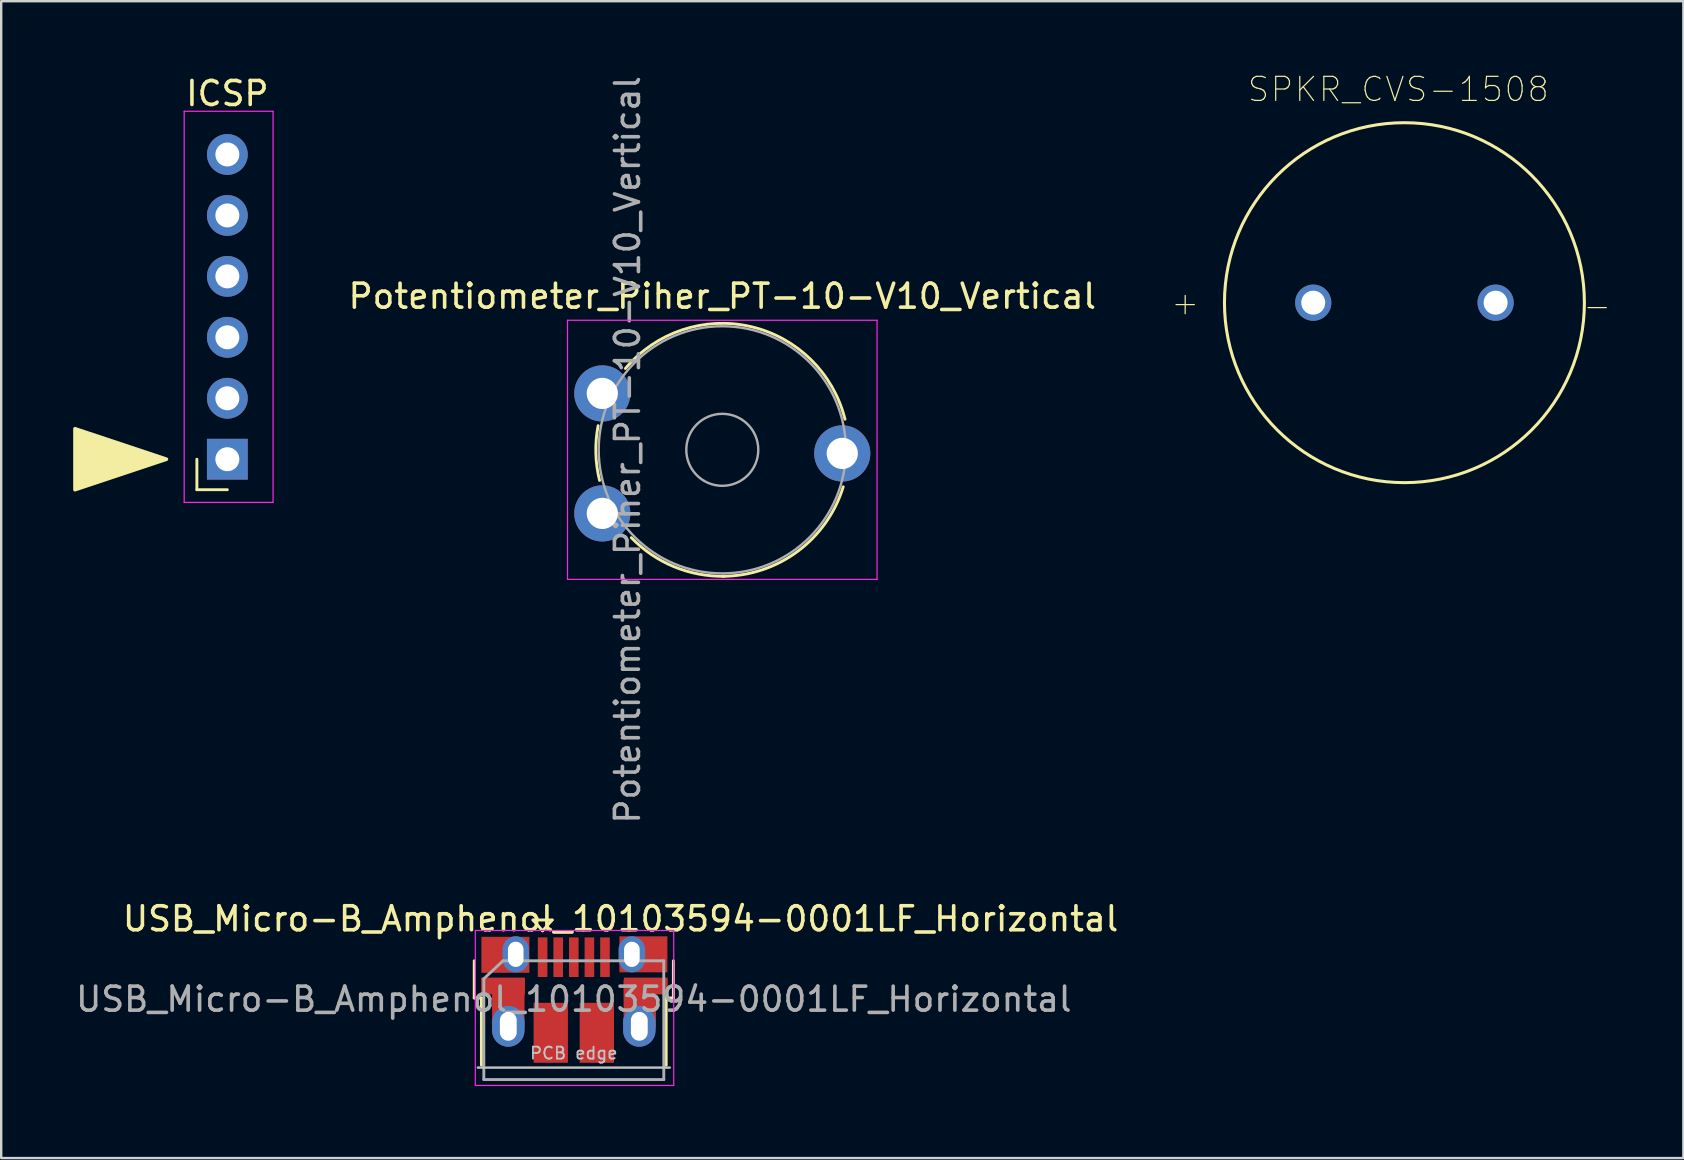
<source format=kicad_pcb>
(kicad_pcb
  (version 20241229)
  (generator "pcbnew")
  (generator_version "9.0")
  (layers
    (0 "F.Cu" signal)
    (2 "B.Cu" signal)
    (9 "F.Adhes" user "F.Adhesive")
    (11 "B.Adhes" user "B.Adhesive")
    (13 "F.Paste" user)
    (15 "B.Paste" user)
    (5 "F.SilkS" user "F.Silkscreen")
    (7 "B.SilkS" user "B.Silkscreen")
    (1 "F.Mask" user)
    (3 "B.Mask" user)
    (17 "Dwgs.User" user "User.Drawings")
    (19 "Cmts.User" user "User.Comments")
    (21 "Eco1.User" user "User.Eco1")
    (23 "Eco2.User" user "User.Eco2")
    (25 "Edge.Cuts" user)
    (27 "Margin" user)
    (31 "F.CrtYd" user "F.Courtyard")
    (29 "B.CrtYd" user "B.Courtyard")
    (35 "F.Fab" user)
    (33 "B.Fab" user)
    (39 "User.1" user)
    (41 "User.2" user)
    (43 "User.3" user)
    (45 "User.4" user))
  (footprint "Potentiometer_Piher_PT-10-V10_Vertical"
    (layer "F.Cu")
    (at 22.051 18.346)
    (property "Reference" "Potentiometer_Piher_PT-10-V10_Vertical" (at 5 -9.05 0) (layer "F.SilkS") (effects (font (size 1 1) (thickness 0.15))))
    (attr through_hole)
    (fp_arc (start -0.11439 -1.375119) (mid -0.269093 -2.512295) (end -0.174 -3.656) (stroke (width 0.12) (type solid)) (layer "F.SilkS"))
    (fp_arc (start 0.963379 -6.038474) (mid 6.186565 -7.784991) (end 10.114 -3.924) (stroke (width 0.12) (type solid)) (layer "F.SilkS"))
    (fp_arc (start 5.09203 2.619358) (mid 2.983245 2.219015) (end 1.209 1.011) (stroke (width 0.12) (type solid)) (layer "F.SilkS"))
    (fp_arc (start 10.039726 -1.109201) (mid 8.134716 1.586326) (end 5 2.62) (stroke (width 0.12) (type solid)) (layer "F.SilkS"))
    (fp_line (start -1.45 -8.05) (end -1.45 2.75) (stroke (width 0.05) (type solid)) (layer "F.CrtYd"))
    (fp_line (start -1.45 2.75) (end 11.45 2.75) (stroke (width 0.05) (type solid)) (layer "F.CrtYd"))
    (fp_line (start 11.45 -8.05) (end -1.45 -8.05) (stroke (width 0.05) (type solid)) (layer "F.CrtYd"))
    (fp_line (start 11.45 2.75) (end 11.45 -8.05) (stroke (width 0.05) (type solid)) (layer "F.CrtYd"))
    (fp_circle (center 5 -2.65) (end 6.5 -2.65) (stroke (width 0.1) (type solid)) (fill no) (layer "F.Fab"))
    (fp_circle (center 5 -2.65) (end 10.15 -2.65) (stroke (width 0.1) (type solid)) (fill no) (layer "F.Fab"))
    (fp_text user "${REFERENCE}" (at 1.05 -2.65 90) (layer "F.Fab") (effects (font (size 1 1) (thickness 0.15))))
    (pad "1" thru_hole circle (at 0 0) (size 2.34 2.34) (drill 1.3) (layers "*.Cu" "*.Mask"))
    (pad "2" thru_hole circle (at 10 -2.5) (size 2.34 2.34) (drill 1.3) (layers "*.Cu" "*.Mask"))
    (pad "3" thru_hole circle (at 0 -5) (size 2.34 2.34) (drill 1.3) (layers "*.Cu" "*.Mask")))
  (footprint "USB_Micro-B_Amphenol_10103594-0001LF_Horizontal"
    (layer "F.Cu")
    (at 20.888 38.606)
    (property "Reference" "USB_Micro-B_Amphenol_10103594-0001LF_Horizontal" (at 1.925 -3.365 0) (layer "F.SilkS") (effects (font (size 1 1) (thickness 0.15))))
    (attr smd)
    (fp_line (start -4.175 -0.065) (end -4.175 -1.615) (stroke (width 0.12) (type solid)) (layer "F.SilkS"))
    (fp_line (start -4.175 -0.065) (end -3.875 -0.065) (stroke (width 0.12) (type solid)) (layer "F.SilkS"))
    (fp_line (start -3.875 2.735) (end -3.875 -0.065) (stroke (width 0.12) (type solid)) (layer "F.SilkS"))
    (fp_line (start -1.725 -3.315) (end -0.925 -3.315) (stroke (width 0.12) (type solid)) (layer "F.SilkS"))
    (fp_line (start -1.325 -2.865) (end -1.725 -3.315) (stroke (width 0.12) (type solid)) (layer "F.SilkS"))
    (fp_line (start -0.925 -3.315) (end -1.325 -2.865) (stroke (width 0.12) (type solid)) (layer "F.SilkS"))
    (fp_line (start 3.825 -0.065) (end 4.125 -0.065) (stroke (width 0.12) (type solid)) (layer "F.SilkS"))
    (fp_line (start 3.825 2.735) (end 3.825 -0.065) (stroke (width 0.12) (type solid)) (layer "F.SilkS"))
    (fp_line (start 4.125 -0.065) (end 4.125 -1.615) (stroke (width 0.12) (type solid)) (layer "F.SilkS"))
    (fp_line (start -4.025 2.835) (end 3.975 2.835) (stroke (width 0.1) (type solid)) (layer "Dwgs.User"))
    (fp_line (start -4.13 -2.88) (end -4.13 3.58) (stroke (width 0.05) (type solid)) (layer "F.CrtYd"))
    (fp_line (start -4.13 -2.88) (end 4.14 -2.88) (stroke (width 0.05) (type solid)) (layer "F.CrtYd"))
    (fp_line (start 4.14 3.58) (end -4.13 3.58) (stroke (width 0.05) (type solid)) (layer "F.CrtYd"))
    (fp_line (start 4.14 3.58) (end 4.14 -2.88) (stroke (width 0.05) (type solid)) (layer "F.CrtYd"))
    (fp_line (start -3.775 -0.865) (end -2.975 -1.615) (stroke (width 0.12) (type solid)) (layer "F.Fab"))
    (fp_line (start -3.775 3.335) (end -3.775 -0.865) (stroke (width 0.12) (type solid)) (layer "F.Fab"))
    (fp_line (start -2.975 -1.615) (end 3.725 -1.615) (stroke (width 0.12) (type solid)) (layer "F.Fab"))
    (fp_line (start 3.725 -1.615) (end 3.725 3.335) (stroke (width 0.12) (type solid)) (layer "F.Fab"))
    (fp_line (start 3.725 3.335) (end -3.775 3.335) (stroke (width 0.12) (type solid)) (layer "F.Fab"))
    (fp_text user "PCB edge" (at -0.025 2.235 0) (layer "Dwgs.User") (effects (font (size 0.5 0.5) (thickness 0.075))))
    (fp_text user "${REFERENCE}" (at -0.025 -0.015 0) (layer "F.Fab") (effects (font (size 1 1) (thickness 0.15))))
    (pad "1" smd rect (at -1.325 -1.765 90) (size 1.65 0.4) (layers "F.Cu" "F.Mask" "F.Paste"))
    (pad "2" smd rect (at -0.675 -1.765 90) (size 1.65 0.4) (layers "F.Cu" "F.Mask" "F.Paste"))
    (pad "3" smd rect (at -0.025 -1.765 90) (size 1.65 0.4) (layers "F.Cu" "F.Mask" "F.Paste"))
    (pad "4" smd rect (at 0.625 -1.765 90) (size 1.65 0.4) (layers "F.Cu" "F.Mask" "F.Paste"))
    (pad "5" smd rect (at 1.275 -1.765 90) (size 1.65 0.4) (layers "F.Cu" "F.Mask" "F.Paste"))
    (pad "6" smd rect (at -2.975 -0.565) (size 1.825 0.7) (layers "F.Cu" "F.Mask" "F.Paste"))
    (pad "6" smd rect (at -2.875 -1.865) (size 2 1.5) (layers "F.Cu" "F.Mask" "F.Paste"))
    (pad "6" smd rect (at -2.755 0.185) (size 1.35 2) (layers "F.Cu" "F.Mask" "F.Paste"))
    (pad "6" thru_hole oval (at -2.755 1.115 90) (size 1.7 1.35) (drill oval 1.2 0.7) (layers "*.Cu" "*.Mask"))
    (pad "6" thru_hole oval (at -2.445 -1.885 90) (size 1.5 1.1) (drill oval 1.05 0.65) (layers "*.Cu" "*.Mask"))
    (pad "6" smd rect (at -0.985 1.385 90) (size 2.5 1.43) (layers "F.Cu" "F.Mask" "F.Paste"))
    (pad "6" smd rect (at 0.935 1.385 90) (size 2.5 1.43) (layers "F.Cu" "F.Mask" "F.Paste"))
    (pad "6" thru_hole oval (at 2.395 -1.885 90) (size 1.5 1.1) (drill oval 1.05 0.65) (layers "*.Cu" "*.Mask"))
    (pad "6" thru_hole oval (at 2.705 1.115 90) (size 1.7 1.35) (drill oval 1.2 0.7) (layers "*.Cu" "*.Mask"))
    (pad "6" smd rect (at 2.725 0.185) (size 1.35 2) (layers "F.Cu" "F.Mask" "F.Paste"))
    (pad "6" smd rect (at 2.875 -1.885) (size 2 1.5) (layers "F.Cu" "F.Mask" "F.Paste"))
    (pad "6" smd rect (at 2.975 -0.565) (size 1.825 0.7) (layers "F.Cu" "F.Mask" "F.Paste")))
  (footprint "SPKR_CVS-1508"
    (layer "F.Cu")
    (at 55.479 9.564)
    (property "Reference" "SPKR_CVS-1508" (at -0.254 -8.89 0) (layer "F.SilkS") (effects (font (size 1.003 1.003) (thickness 0.05))))
    (attr through_hole)
    (fp_circle (center 0 0) (end 7.5 0) (stroke (width 0.127) (type solid)) (fill no) (layer "F.SilkS"))
    (fp_circle (center 0 0) (end 7.75 0) (stroke (width 0.05) (type solid)) (fill no) (layer "Eco1.User"))
    (fp_circle (center 0 0) (end 7.5 0) (stroke (width 0.127) (type solid)) (fill no) (layer "Eco2.User"))
    (fp_text user "+" (at -9.137 0 0) (layer "F.SilkS") (effects (font (size 1 1) (thickness 0.05))))
    (fp_text user "-" (at 8.031 0.127 0) (layer "F.SilkS") (effects (font (size 1 1) (thickness 0.05))))
    (pad "1" thru_hole circle (at -3.8 0) (size 1.508 1.508) (drill 1) (layers "*.Cu" "*.Mask"))
    (pad "2" thru_hole circle (at 3.8 0) (size 1.508 1.508) (drill 1) (layers "*.Cu" "*.Mask")))
  (footprint "ICSP"
    (layer "F.Cu")
    (at 6.425 3.388)
    (property "Reference" "ICSP" (at 0 -2.54 0) (layer "F.SilkS") (effects (font (size 1 1) (thickness 0.15))))
    (attr through_hole)
    (fp_line (start -1.27 13.97) (end -1.27 12.7) (stroke (width 0.12) (type solid)) (layer "F.SilkS"))
    (fp_line (start 0 13.97) (end -1.27 13.97) (stroke (width 0.12) (type solid)) (layer "F.SilkS"))
    (fp_poly (pts (xy -6.35 11.43) (xy -6.35 13.97) (xy -2.54 12.7)) (stroke (width 0.15) (type solid)) (fill yes) (layer "F.SilkS"))
    (fp_line (start -1.8 -1.8) (end -1.8 14.5) (stroke (width 0.05) (type solid)) (layer "F.CrtYd"))
    (fp_line (start -1.8 14.5) (end 1.905 14.5) (stroke (width 0.05) (type solid)) (layer "F.CrtYd"))
    (fp_line (start 1.905 -1.8) (end -1.8 -1.8) (stroke (width 0.05) (type solid)) (layer "F.CrtYd"))
    (fp_line (start 1.905 14.5) (end 1.905 -1.8) (stroke (width 0.05) (type solid)) (layer "F.CrtYd"))
    (fp_line (start -0.32 -0.32) (end -0.32 0.32) (stroke (width 0.1) (type solid)) (layer "F.Fab"))
    (fp_line (start -0.32 2.22) (end -0.32 2.86) (stroke (width 0.1) (type solid)) (layer "F.Fab"))
    (fp_line (start -0.32 4.76) (end -0.32 5.4) (stroke (width 0.1) (type solid)) (layer "F.Fab"))
    (fp_line (start -0.32 7.3) (end -0.32 7.94) (stroke (width 0.1) (type solid)) (layer "F.Fab"))
    (fp_line (start -0.32 9.84) (end -0.32 10.48) (stroke (width 0.1) (type solid)) (layer "F.Fab"))
    (fp_line (start -0.32 12.38) (end -0.32 13.02) (stroke (width 0.1) (type solid)) (layer "F.Fab"))
    (pad "1" thru_hole rect (at 0 12.7) (size 1.7 1.7) (drill 1) (layers "*.Cu" "*.Mask"))
    (pad "2" thru_hole oval (at 0 10.16) (size 1.7 1.7) (drill 1) (layers "*.Cu" "*.Mask"))
    (pad "3" thru_hole oval (at 0 7.62) (size 1.7 1.7) (drill 1) (layers "*.Cu" "*.Mask"))
    (pad "4" thru_hole oval (at 0 5.08) (size 1.7 1.7) (drill 1) (layers "*.Cu" "*.Mask"))
    (pad "5" thru_hole oval (at 0 2.54) (size 1.7 1.7) (drill 1) (layers "*.Cu" "*.Mask"))
    (pad "6" thru_hole oval (at 0 0) (size 1.7 1.7) (drill 1) (layers "*.Cu" "*.Mask")))
  (gr_rect
    (start -3 -3)
    (end 67.104 45.211)
    (stroke (width 0.1) (type default))
    (fill no)
    (layer "Edge.Cuts")))
</source>
